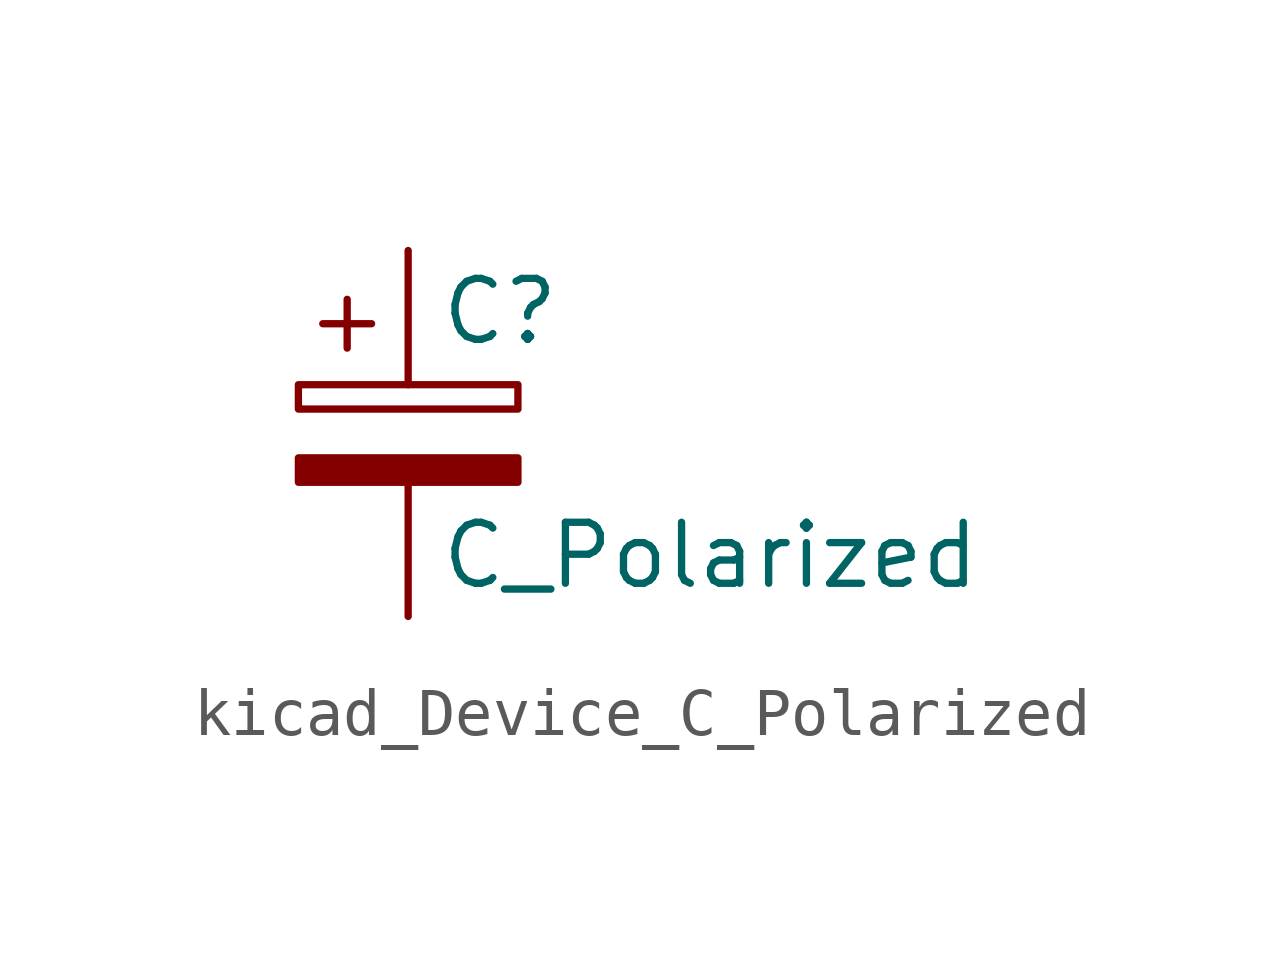
<source format=kicad_sym>
(kicad_symbol_lib
  (version 20220914)
  (generator kicad_symbol_editor)
  (symbol "kicad_Device_C_Polarized"
    (pin_numbers hide)
    (pin_names
      (offset 0.254))
    (property "Reference" "C"
      (at 0.635 2.54 0)
      (effects (font (size 1.27 1.27)) (justify left)))
    (property "Value" "C_Polarized"
      (at 0.635 -2.54 0)
      (effects (font (size 1.27 1.27)) (justify left)))
    (symbol "kicad_Device_C_Polarized_0_1"
      (rectangle (start -2.286 0.508) (end 2.286 1.016) (stroke (width 0) (type default)) (fill (type none)))
      (polyline (pts (xy -1.778 2.286) (xy -0.762 2.286)) (stroke (width 0) (type default)) (fill (type none)))
      (polyline (pts (xy -1.27 2.794) (xy -1.27 1.778)) (stroke (width 0) (type default)) (fill (type none)))
      (rectangle (start 2.286 -0.508) (end -2.286 -1.016) (stroke (width 0) (type default)) (fill (type outline))))
    (symbol "kicad_Device_C_Polarized_1_1"
      (pin passive line (at 0 3.81 270) (length 2.794) (name "~" (effects (font (size 1.27 1.27)))) (number "1" (effects (font (size 1.27 1.27)))))
      (pin passive line (at 0 -3.81 90) (length 2.794) (name "~" (effects (font (size 1.27 1.27)))) (number "2" (effects (font (size 1.27 1.27))))))))
</source>
